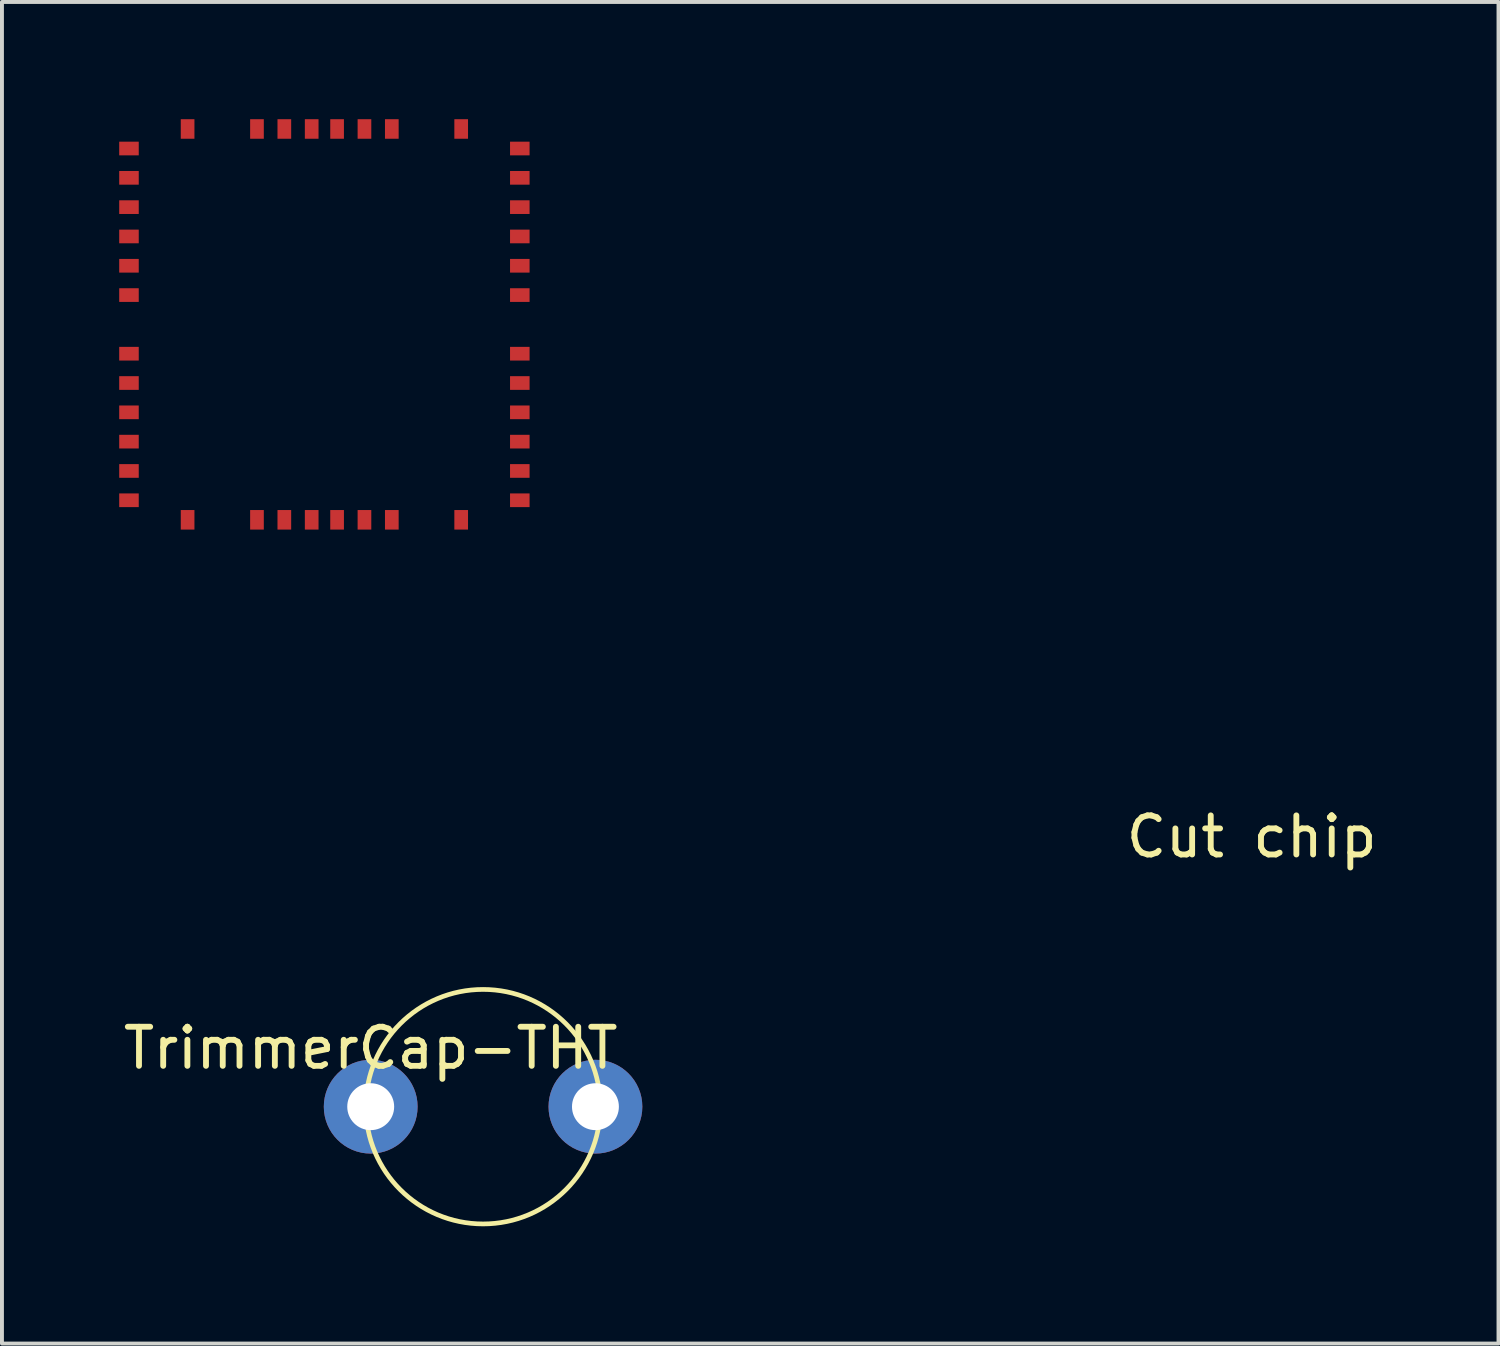
<source format=kicad_pcb>
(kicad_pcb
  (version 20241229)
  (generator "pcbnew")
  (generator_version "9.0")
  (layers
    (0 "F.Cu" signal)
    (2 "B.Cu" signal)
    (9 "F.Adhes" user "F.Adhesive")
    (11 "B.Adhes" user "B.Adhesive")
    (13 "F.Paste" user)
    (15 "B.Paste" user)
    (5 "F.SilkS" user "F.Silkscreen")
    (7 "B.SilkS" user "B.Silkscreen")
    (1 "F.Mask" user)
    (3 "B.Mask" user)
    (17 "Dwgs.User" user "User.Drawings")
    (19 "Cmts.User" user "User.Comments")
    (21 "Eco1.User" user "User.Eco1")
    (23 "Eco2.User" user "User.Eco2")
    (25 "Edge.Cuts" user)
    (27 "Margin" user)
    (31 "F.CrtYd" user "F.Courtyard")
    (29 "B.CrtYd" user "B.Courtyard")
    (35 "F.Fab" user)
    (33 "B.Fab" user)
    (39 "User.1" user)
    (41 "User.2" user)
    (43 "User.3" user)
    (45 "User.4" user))
  (footprint "TrimmerCap-THT"
    (layer "F.Cu")
    (at 6.435 23.266)
    (property "Reference" "TrimmerCap-THT" (at 0 0.5 0) (layer "F.SilkS") (effects (font (size 1 1) (thickness 0.15))))
    (attr through_hole)
    (fp_circle (center 2.875 2) (end 5.875 2) (stroke (width 0.12) (type solid)) (fill no) (layer "F.SilkS"))
    (pad "1" thru_hole circle (at 0 2) (size 2.4 2.4) (drill 1.2) (layers "*.Cu" "*.Mask"))
    (pad "2" thru_hole circle (at 5.75 2) (size 2.4 2.4) (drill 1.2) (layers "*.Cu" "*.Mask")))
  (footprint "Cut chip"
    (layer "F.Cu")
    (at 5.25 5.25)
    (property "Reference" "Cut chip" (at 23.726 13.108 0) (layer "F.SilkS") (effects (font (size 1 1) (thickness 0.15))))
    (attr through_hole)
    (pad "1" smd rect (at -5 0.75 90) (size 0.35 0.5) (layers "F.Cu" "F.Mask" "F.Paste"))
    (pad "2" smd rect (at -5 1.5 90) (size 0.35 0.5) (layers "F.Cu" "F.Mask" "F.Paste"))
    (pad "3" smd rect (at -5 2.25 90) (size 0.35 0.5) (layers "F.Cu" "F.Mask" "F.Paste"))
    (pad "4" smd rect (at -5 3 90) (size 0.35 0.5) (layers "F.Cu" "F.Mask" "F.Paste"))
    (pad "5" smd rect (at -5 3.75 90) (size 0.35 0.5) (layers "F.Cu" "F.Mask" "F.Paste"))
    (pad "6" smd rect (at -5 4.5 90) (size 0.35 0.5) (layers "F.Cu" "F.Mask" "F.Paste"))
    (pad "7" smd rect (at -3.5 5) (size 0.35 0.5) (layers "F.Cu" "F.Mask" "F.Paste"))
    (pad "8" smd rect (at -1.725 5) (size 0.35 0.5) (layers "F.Cu" "F.Mask" "F.Paste"))
    (pad "9" smd rect (at -1.025 5) (size 0.35 0.5) (layers "F.Cu" "F.Mask" "F.Paste"))
    (pad "10" smd rect (at -0.325 5) (size 0.35 0.5) (layers "F.Cu" "F.Mask" "F.Paste"))
    (pad "11" smd rect (at 0.325 5) (size 0.35 0.5) (layers "F.Cu" "F.Mask" "F.Paste"))
    (pad "12" smd rect (at 1.025 5) (size 0.35 0.5) (layers "F.Cu" "F.Mask" "F.Paste"))
    (pad "13" smd rect (at 1.725 5) (size 0.35 0.5) (layers "F.Cu" "F.Mask" "F.Paste"))
    (pad "14" smd rect (at 3.5 5) (size 0.35 0.5) (layers "F.Cu" "F.Mask" "F.Paste"))
    (pad "15" smd rect (at 5 4.5 90) (size 0.35 0.5) (layers "F.Cu" "F.Mask" "F.Paste"))
    (pad "16" smd rect (at 5 3.75 90) (size 0.35 0.5) (layers "F.Cu" "F.Mask" "F.Paste"))
    (pad "17" smd rect (at 5 3 90) (size 0.35 0.5) (layers "F.Cu" "F.Mask" "F.Paste"))
    (pad "18" smd rect (at 5 2.25 90) (size 0.35 0.5) (layers "F.Cu" "F.Mask" "F.Paste"))
    (pad "19" smd rect (at 5 1.5 90) (size 0.35 0.5) (layers "F.Cu" "F.Mask" "F.Paste"))
    (pad "20" smd rect (at 5 0.75 90) (size 0.35 0.5) (layers "F.Cu" "F.Mask" "F.Paste"))
    (pad "21" smd rect (at 5 -0.75 90) (size 0.35 0.5) (layers "F.Cu" "F.Mask" "F.Paste"))
    (pad "22" smd rect (at 5 -1.5 90) (size 0.35 0.5) (layers "F.Cu" "F.Mask" "F.Paste"))
    (pad "23" smd rect (at 5 -2.25 90) (size 0.35 0.5) (layers "F.Cu" "F.Mask" "F.Paste"))
    (pad "24" smd rect (at 5 -3 90) (size 0.35 0.5) (layers "F.Cu" "F.Mask" "F.Paste"))
    (pad "25" smd rect (at 5 -3.75 90) (size 0.35 0.5) (layers "F.Cu" "F.Mask" "F.Paste"))
    (pad "26" smd rect (at 5 -4.5 90) (size 0.35 0.5) (layers "F.Cu" "F.Mask" "F.Paste"))
    (pad "27" smd rect (at 3.5 -5) (size 0.35 0.5) (layers "F.Cu" "F.Mask" "F.Paste"))
    (pad "28" smd rect (at 1.725 -5) (size 0.35 0.5) (layers "F.Cu" "F.Mask" "F.Paste"))
    (pad "29" smd rect (at 1.025 -5) (size 0.35 0.5) (layers "F.Cu" "F.Mask" "F.Paste"))
    (pad "30" smd rect (at 0.325 -5) (size 0.35 0.5) (layers "F.Cu" "F.Mask" "F.Paste"))
    (pad "31" smd rect (at -0.325 -5) (size 0.35 0.5) (layers "F.Cu" "F.Mask" "F.Paste"))
    (pad "32" smd rect (at -1.025 -5) (size 0.35 0.5) (layers "F.Cu" "F.Mask" "F.Paste"))
    (pad "33" smd rect (at -1.725 -5) (size 0.35 0.5) (layers "F.Cu" "F.Mask" "F.Paste"))
    (pad "34" smd rect (at -3.5 -5) (size 0.35 0.5) (layers "F.Cu" "F.Mask" "F.Paste"))
    (pad "35" smd rect (at -5 -4.5 90) (size 0.35 0.5) (layers "F.Cu" "F.Mask" "F.Paste"))
    (pad "36" smd rect (at -5 -3.75 90) (size 0.35 0.5) (layers "F.Cu" "F.Mask" "F.Paste"))
    (pad "37" smd rect (at -5 -3 90) (size 0.35 0.5) (layers "F.Cu" "F.Mask" "F.Paste"))
    (pad "38" smd rect (at -5 -2.25 90) (size 0.35 0.5) (layers "F.Cu" "F.Mask" "F.Paste"))
    (pad "39" smd rect (at -5 -1.5 90) (size 0.35 0.5) (layers "F.Cu" "F.Mask" "F.Paste"))
    (pad "40" smd rect (at -5 -0.75 90) (size 0.35 0.5) (layers "F.Cu" "F.Mask" "F.Paste")))
  (gr_rect
    (start -3 -3)
    (end 35.291 31.326)
    (stroke (width 0.1) (type default))
    (fill no)
    (layer "Edge.Cuts")))
</source>
